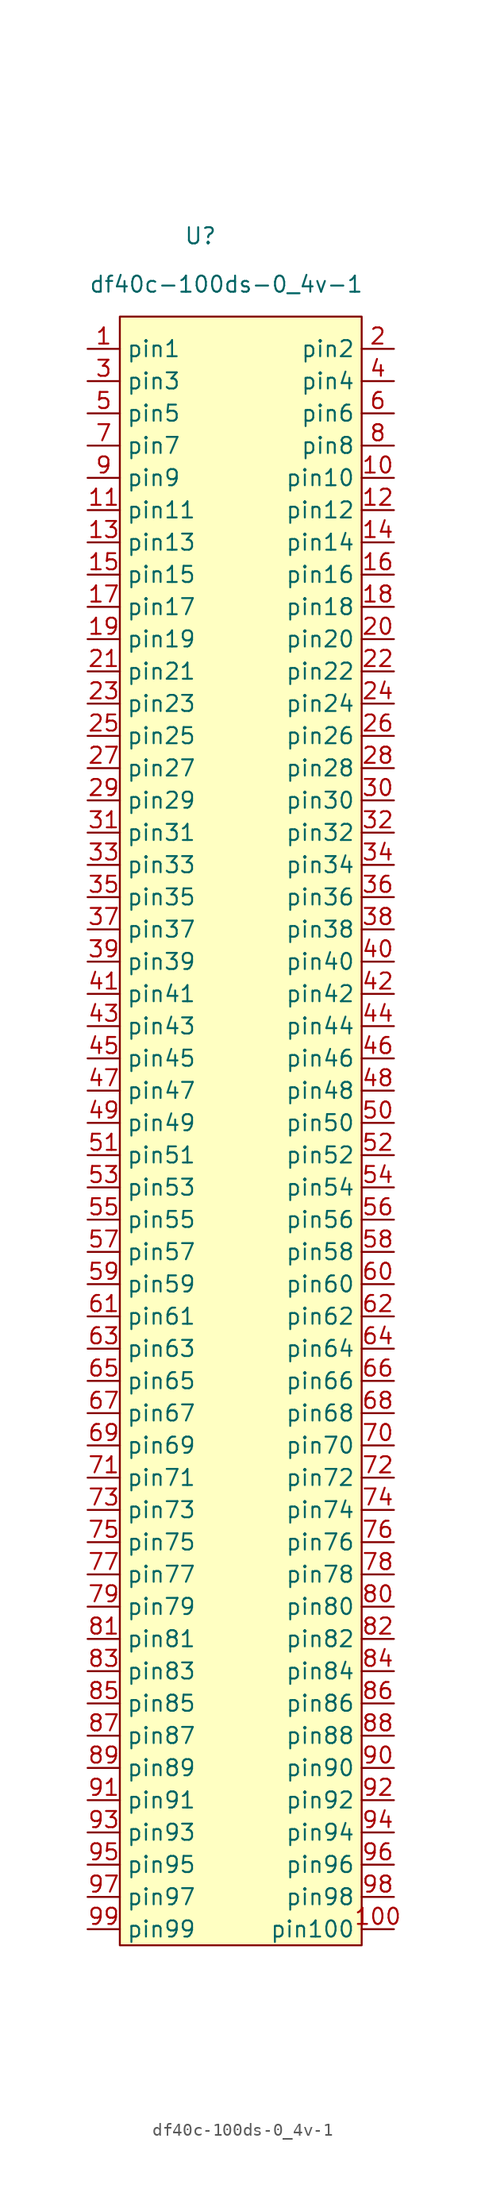
<source format=kicad_sym>
(kicad_symbol_lib
  (version 20241209)
  (generator "kicad_symbol_editor")
  (generator_version "9.0")
  (symbol "df40c-100ds-0_4v-1"
    (property "Reference" "U"
      (at 0 0 0)
      (effects (font (size 1.27 1.27))))
    (property "Value" "df40c-100ds-0_4v-1"
      (at 2.032 -3.81 0)
      (effects (font (size 1.27 1.27))))
    (symbol "df40c-100ds-0_4v-1_1_1"
      (rectangle (start -6.35 -6.35) (end 12.7 -134.62) (stroke (width 0) (type solid)) (fill (type background)))
      (pin input line (at -8.89 -8.89 0) (length 2.54) (name "pin1" (effects (font (size 1.27 1.27)))) (number "1" (effects (font (size 1.27 1.27)))))
      (pin input line (at -8.89 -11.43 0) (length 2.54) (name "pin3" (effects (font (size 1.27 1.27)))) (number "3" (effects (font (size 1.27 1.27)))))
      (pin input line (at -8.89 -13.97 0) (length 2.54) (name "pin5" (effects (font (size 1.27 1.27)))) (number "5" (effects (font (size 1.27 1.27)))))
      (pin input line (at -8.89 -16.51 0) (length 2.54) (name "pin7" (effects (font (size 1.27 1.27)))) (number "7" (effects (font (size 1.27 1.27)))))
      (pin input line (at -8.89 -19.05 0) (length 2.54) (name "pin9" (effects (font (size 1.27 1.27)))) (number "9" (effects (font (size 1.27 1.27)))))
      (pin input line (at -8.89 -21.59 0) (length 2.54) (name "pin11" (effects (font (size 1.27 1.27)))) (number "11" (effects (font (size 1.27 1.27)))))
      (pin input line (at -8.89 -24.13 0) (length 2.54) (name "pin13" (effects (font (size 1.27 1.27)))) (number "13" (effects (font (size 1.27 1.27)))))
      (pin input line (at -8.89 -26.67 0) (length 2.54) (name "pin15" (effects (font (size 1.27 1.27)))) (number "15" (effects (font (size 1.27 1.27)))))
      (pin input line (at -8.89 -29.21 0) (length 2.54) (name "pin17" (effects (font (size 1.27 1.27)))) (number "17" (effects (font (size 1.27 1.27)))))
      (pin input line (at -8.89 -31.75 0) (length 2.54) (name "pin19" (effects (font (size 1.27 1.27)))) (number "19" (effects (font (size 1.27 1.27)))))
      (pin input line (at -8.89 -34.29 0) (length 2.54) (name "pin21" (effects (font (size 1.27 1.27)))) (number "21" (effects (font (size 1.27 1.27)))))
      (pin input line (at -8.89 -36.83 0) (length 2.54) (name "pin23" (effects (font (size 1.27 1.27)))) (number "23" (effects (font (size 1.27 1.27)))))
      (pin input line (at -8.89 -39.37 0) (length 2.54) (name "pin25" (effects (font (size 1.27 1.27)))) (number "25" (effects (font (size 1.27 1.27)))))
      (pin input line (at -8.89 -41.91 0) (length 2.54) (name "pin27" (effects (font (size 1.27 1.27)))) (number "27" (effects (font (size 1.27 1.27)))))
      (pin input line (at -8.89 -44.45 0) (length 2.54) (name "pin29" (effects (font (size 1.27 1.27)))) (number "29" (effects (font (size 1.27 1.27)))))
      (pin input line (at -8.89 -46.99 0) (length 2.54) (name "pin31" (effects (font (size 1.27 1.27)))) (number "31" (effects (font (size 1.27 1.27)))))
      (pin input line (at -8.89 -49.53 0) (length 2.54) (name "pin33" (effects (font (size 1.27 1.27)))) (number "33" (effects (font (size 1.27 1.27)))))
      (pin input line (at -8.89 -52.07 0) (length 2.54) (name "pin35" (effects (font (size 1.27 1.27)))) (number "35" (effects (font (size 1.27 1.27)))))
      (pin input line (at -8.89 -54.61 0) (length 2.54) (name "pin37" (effects (font (size 1.27 1.27)))) (number "37" (effects (font (size 1.27 1.27)))))
      (pin input line (at -8.89 -57.15 0) (length 2.54) (name "pin39" (effects (font (size 1.27 1.27)))) (number "39" (effects (font (size 1.27 1.27)))))
      (pin input line (at -8.89 -59.69 0) (length 2.54) (name "pin41" (effects (font (size 1.27 1.27)))) (number "41" (effects (font (size 1.27 1.27)))))
      (pin input line (at -8.89 -62.23 0) (length 2.54) (name "pin43" (effects (font (size 1.27 1.27)))) (number "43" (effects (font (size 1.27 1.27)))))
      (pin input line (at -8.89 -64.77 0) (length 2.54) (name "pin45" (effects (font (size 1.27 1.27)))) (number "45" (effects (font (size 1.27 1.27)))))
      (pin input line (at -8.89 -67.31 0) (length 2.54) (name "pin47" (effects (font (size 1.27 1.27)))) (number "47" (effects (font (size 1.27 1.27)))))
      (pin input line (at -8.89 -69.85 0) (length 2.54) (name "pin49" (effects (font (size 1.27 1.27)))) (number "49" (effects (font (size 1.27 1.27)))))
      (pin input line (at -8.89 -72.39 0) (length 2.54) (name "pin51" (effects (font (size 1.27 1.27)))) (number "51" (effects (font (size 1.27 1.27)))))
      (pin input line (at -8.89 -74.93 0) (length 2.54) (name "pin53" (effects (font (size 1.27 1.27)))) (number "53" (effects (font (size 1.27 1.27)))))
      (pin input line (at -8.89 -77.47 0) (length 2.54) (name "pin55" (effects (font (size 1.27 1.27)))) (number "55" (effects (font (size 1.27 1.27)))))
      (pin input line (at -8.89 -80.01 0) (length 2.54) (name "pin57" (effects (font (size 1.27 1.27)))) (number "57" (effects (font (size 1.27 1.27)))))
      (pin input line (at -8.89 -82.55 0) (length 2.54) (name "pin59" (effects (font (size 1.27 1.27)))) (number "59" (effects (font (size 1.27 1.27)))))
      (pin input line (at -8.89 -85.09 0) (length 2.54) (name "pin61" (effects (font (size 1.27 1.27)))) (number "61" (effects (font (size 1.27 1.27)))))
      (pin input line (at -8.89 -87.63 0) (length 2.54) (name "pin63" (effects (font (size 1.27 1.27)))) (number "63" (effects (font (size 1.27 1.27)))))
      (pin input line (at -8.89 -90.17 0) (length 2.54) (name "pin65" (effects (font (size 1.27 1.27)))) (number "65" (effects (font (size 1.27 1.27)))))
      (pin input line (at -8.89 -92.71 0) (length 2.54) (name "pin67" (effects (font (size 1.27 1.27)))) (number "67" (effects (font (size 1.27 1.27)))))
      (pin input line (at -8.89 -95.25 0) (length 2.54) (name "pin69" (effects (font (size 1.27 1.27)))) (number "69" (effects (font (size 1.27 1.27)))))
      (pin input line (at -8.89 -97.79 0) (length 2.54) (name "pin71" (effects (font (size 1.27 1.27)))) (number "71" (effects (font (size 1.27 1.27)))))
      (pin input line (at -8.89 -100.33 0) (length 2.54) (name "pin73" (effects (font (size 1.27 1.27)))) (number "73" (effects (font (size 1.27 1.27)))))
      (pin input line (at -8.89 -102.87 0) (length 2.54) (name "pin75" (effects (font (size 1.27 1.27)))) (number "75" (effects (font (size 1.27 1.27)))))
      (pin input line (at -8.89 -105.41 0) (length 2.54) (name "pin77" (effects (font (size 1.27 1.27)))) (number "77" (effects (font (size 1.27 1.27)))))
      (pin input line (at -8.89 -107.95 0) (length 2.54) (name "pin79" (effects (font (size 1.27 1.27)))) (number "79" (effects (font (size 1.27 1.27)))))
      (pin input line (at -8.89 -110.49 0) (length 2.54) (name "pin81" (effects (font (size 1.27 1.27)))) (number "81" (effects (font (size 1.27 1.27)))))
      (pin input line (at -8.89 -113.03 0) (length 2.54) (name "pin83" (effects (font (size 1.27 1.27)))) (number "83" (effects (font (size 1.27 1.27)))))
      (pin input line (at -8.89 -115.57 0) (length 2.54) (name "pin85" (effects (font (size 1.27 1.27)))) (number "85" (effects (font (size 1.27 1.27)))))
      (pin input line (at -8.89 -118.11 0) (length 2.54) (name "pin87" (effects (font (size 1.27 1.27)))) (number "87" (effects (font (size 1.27 1.27)))))
      (pin input line (at -8.89 -120.65 0) (length 2.54) (name "pin89" (effects (font (size 1.27 1.27)))) (number "89" (effects (font (size 1.27 1.27)))))
      (pin input line (at -8.89 -123.19 0) (length 2.54) (name "pin91" (effects (font (size 1.27 1.27)))) (number "91" (effects (font (size 1.27 1.27)))))
      (pin input line (at -8.89 -125.73 0) (length 2.54) (name "pin93" (effects (font (size 1.27 1.27)))) (number "93" (effects (font (size 1.27 1.27)))))
      (pin input line (at -8.89 -128.27 0) (length 2.54) (name "pin95" (effects (font (size 1.27 1.27)))) (number "95" (effects (font (size 1.27 1.27)))))
      (pin input line (at -8.89 -130.81 0) (length 2.54) (name "pin97" (effects (font (size 1.27 1.27)))) (number "97" (effects (font (size 1.27 1.27)))))
      (pin input line (at -8.89 -133.35 0) (length 2.54) (name "pin99" (effects (font (size 1.27 1.27)))) (number "99" (effects (font (size 1.27 1.27)))))
      (pin input line (at 15.24 -8.89 180) (length 2.54) (name "pin2" (effects (font (size 1.27 1.27)))) (number "2" (effects (font (size 1.27 1.27)))))
      (pin input line (at 15.24 -11.43 180) (length 2.54) (name "pin4" (effects (font (size 1.27 1.27)))) (number "4" (effects (font (size 1.27 1.27)))))
      (pin input line (at 15.24 -13.97 180) (length 2.54) (name "pin6" (effects (font (size 1.27 1.27)))) (number "6" (effects (font (size 1.27 1.27)))))
      (pin input line (at 15.24 -16.51 180) (length 2.54) (name "pin8" (effects (font (size 1.27 1.27)))) (number "8" (effects (font (size 1.27 1.27)))))
      (pin input line (at 15.24 -19.05 180) (length 2.54) (name "pin10" (effects (font (size 1.27 1.27)))) (number "10" (effects (font (size 1.27 1.27)))))
      (pin input line (at 15.24 -21.59 180) (length 2.54) (name "pin12" (effects (font (size 1.27 1.27)))) (number "12" (effects (font (size 1.27 1.27)))))
      (pin input line (at 15.24 -24.13 180) (length 2.54) (name "pin14" (effects (font (size 1.27 1.27)))) (number "14" (effects (font (size 1.27 1.27)))))
      (pin input line (at 15.24 -26.67 180) (length 2.54) (name "pin16" (effects (font (size 1.27 1.27)))) (number "16" (effects (font (size 1.27 1.27)))))
      (pin input line (at 15.24 -29.21 180) (length 2.54) (name "pin18" (effects (font (size 1.27 1.27)))) (number "18" (effects (font (size 1.27 1.27)))))
      (pin input line (at 15.24 -31.75 180) (length 2.54) (name "pin20" (effects (font (size 1.27 1.27)))) (number "20" (effects (font (size 1.27 1.27)))))
      (pin input line (at 15.24 -34.29 180) (length 2.54) (name "pin22" (effects (font (size 1.27 1.27)))) (number "22" (effects (font (size 1.27 1.27)))))
      (pin input line (at 15.24 -36.83 180) (length 2.54) (name "pin24" (effects (font (size 1.27 1.27)))) (number "24" (effects (font (size 1.27 1.27)))))
      (pin input line (at 15.24 -39.37 180) (length 2.54) (name "pin26" (effects (font (size 1.27 1.27)))) (number "26" (effects (font (size 1.27 1.27)))))
      (pin input line (at 15.24 -41.91 180) (length 2.54) (name "pin28" (effects (font (size 1.27 1.27)))) (number "28" (effects (font (size 1.27 1.27)))))
      (pin input line (at 15.24 -44.45 180) (length 2.54) (name "pin30" (effects (font (size 1.27 1.27)))) (number "30" (effects (font (size 1.27 1.27)))))
      (pin input line (at 15.24 -46.99 180) (length 2.54) (name "pin32" (effects (font (size 1.27 1.27)))) (number "32" (effects (font (size 1.27 1.27)))))
      (pin input line (at 15.24 -49.53 180) (length 2.54) (name "pin34" (effects (font (size 1.27 1.27)))) (number "34" (effects (font (size 1.27 1.27)))))
      (pin input line (at 15.24 -52.07 180) (length 2.54) (name "pin36" (effects (font (size 1.27 1.27)))) (number "36" (effects (font (size 1.27 1.27)))))
      (pin input line (at 15.24 -54.61 180) (length 2.54) (name "pin38" (effects (font (size 1.27 1.27)))) (number "38" (effects (font (size 1.27 1.27)))))
      (pin input line (at 15.24 -57.15 180) (length 2.54) (name "pin40" (effects (font (size 1.27 1.27)))) (number "40" (effects (font (size 1.27 1.27)))))
      (pin input line (at 15.24 -59.69 180) (length 2.54) (name "pin42" (effects (font (size 1.27 1.27)))) (number "42" (effects (font (size 1.27 1.27)))))
      (pin input line (at 15.24 -62.23 180) (length 2.54) (name "pin44" (effects (font (size 1.27 1.27)))) (number "44" (effects (font (size 1.27 1.27)))))
      (pin input line (at 15.24 -64.77 180) (length 2.54) (name "pin46" (effects (font (size 1.27 1.27)))) (number "46" (effects (font (size 1.27 1.27)))))
      (pin input line (at 15.24 -67.31 180) (length 2.54) (name "pin48" (effects (font (size 1.27 1.27)))) (number "48" (effects (font (size 1.27 1.27)))))
      (pin input line (at 15.24 -69.85 180) (length 2.54) (name "pin50" (effects (font (size 1.27 1.27)))) (number "50" (effects (font (size 1.27 1.27)))))
      (pin input line (at 15.24 -72.39 180) (length 2.54) (name "pin52" (effects (font (size 1.27 1.27)))) (number "52" (effects (font (size 1.27 1.27)))))
      (pin input line (at 15.24 -74.93 180) (length 2.54) (name "pin54" (effects (font (size 1.27 1.27)))) (number "54" (effects (font (size 1.27 1.27)))))
      (pin input line (at 15.24 -77.47 180) (length 2.54) (name "pin56" (effects (font (size 1.27 1.27)))) (number "56" (effects (font (size 1.27 1.27)))))
      (pin input line (at 15.24 -80.01 180) (length 2.54) (name "pin58" (effects (font (size 1.27 1.27)))) (number "58" (effects (font (size 1.27 1.27)))))
      (pin input line (at 15.24 -82.55 180) (length 2.54) (name "pin60" (effects (font (size 1.27 1.27)))) (number "60" (effects (font (size 1.27 1.27)))))
      (pin input line (at 15.24 -85.09 180) (length 2.54) (name "pin62" (effects (font (size 1.27 1.27)))) (number "62" (effects (font (size 1.27 1.27)))))
      (pin input line (at 15.24 -87.63 180) (length 2.54) (name "pin64" (effects (font (size 1.27 1.27)))) (number "64" (effects (font (size 1.27 1.27)))))
      (pin input line (at 15.24 -90.17 180) (length 2.54) (name "pin66" (effects (font (size 1.27 1.27)))) (number "66" (effects (font (size 1.27 1.27)))))
      (pin input line (at 15.24 -92.71 180) (length 2.54) (name "pin68" (effects (font (size 1.27 1.27)))) (number "68" (effects (font (size 1.27 1.27)))))
      (pin input line (at 15.24 -95.25 180) (length 2.54) (name "pin70" (effects (font (size 1.27 1.27)))) (number "70" (effects (font (size 1.27 1.27)))))
      (pin input line (at 15.24 -97.79 180) (length 2.54) (name "pin72" (effects (font (size 1.27 1.27)))) (number "72" (effects (font (size 1.27 1.27)))))
      (pin input line (at 15.24 -100.33 180) (length 2.54) (name "pin74" (effects (font (size 1.27 1.27)))) (number "74" (effects (font (size 1.27 1.27)))))
      (pin input line (at 15.24 -102.87 180) (length 2.54) (name "pin76" (effects (font (size 1.27 1.27)))) (number "76" (effects (font (size 1.27 1.27)))))
      (pin input line (at 15.24 -105.41 180) (length 2.54) (name "pin78" (effects (font (size 1.27 1.27)))) (number "78" (effects (font (size 1.27 1.27)))))
      (pin input line (at 15.24 -107.95 180) (length 2.54) (name "pin80" (effects (font (size 1.27 1.27)))) (number "80" (effects (font (size 1.27 1.27)))))
      (pin input line (at 15.24 -110.49 180) (length 2.54) (name "pin82" (effects (font (size 1.27 1.27)))) (number "82" (effects (font (size 1.27 1.27)))))
      (pin input line (at 15.24 -113.03 180) (length 2.54) (name "pin84" (effects (font (size 1.27 1.27)))) (number "84" (effects (font (size 1.27 1.27)))))
      (pin input line (at 15.24 -115.57 180) (length 2.54) (name "pin86" (effects (font (size 1.27 1.27)))) (number "86" (effects (font (size 1.27 1.27)))))
      (pin input line (at 15.24 -118.11 180) (length 2.54) (name "pin88" (effects (font (size 1.27 1.27)))) (number "88" (effects (font (size 1.27 1.27)))))
      (pin input line (at 15.24 -120.65 180) (length 2.54) (name "pin90" (effects (font (size 1.27 1.27)))) (number "90" (effects (font (size 1.27 1.27)))))
      (pin input line (at 15.24 -123.19 180) (length 2.54) (name "pin92" (effects (font (size 1.27 1.27)))) (number "92" (effects (font (size 1.27 1.27)))))
      (pin input line (at 15.24 -125.73 180) (length 2.54) (name "pin94" (effects (font (size 1.27 1.27)))) (number "94" (effects (font (size 1.27 1.27)))))
      (pin input line (at 15.24 -128.27 180) (length 2.54) (name "pin96" (effects (font (size 1.27 1.27)))) (number "96" (effects (font (size 1.27 1.27)))))
      (pin input line (at 15.24 -130.81 180) (length 2.54) (name "pin98" (effects (font (size 1.27 1.27)))) (number "98" (effects (font (size 1.27 1.27)))))
      (pin input line (at 15.24 -133.35 180) (length 2.54) (name "pin100" (effects (font (size 1.27 1.27)))) (number "100" (effects (font (size 1.27 1.27))))))))
</source>
